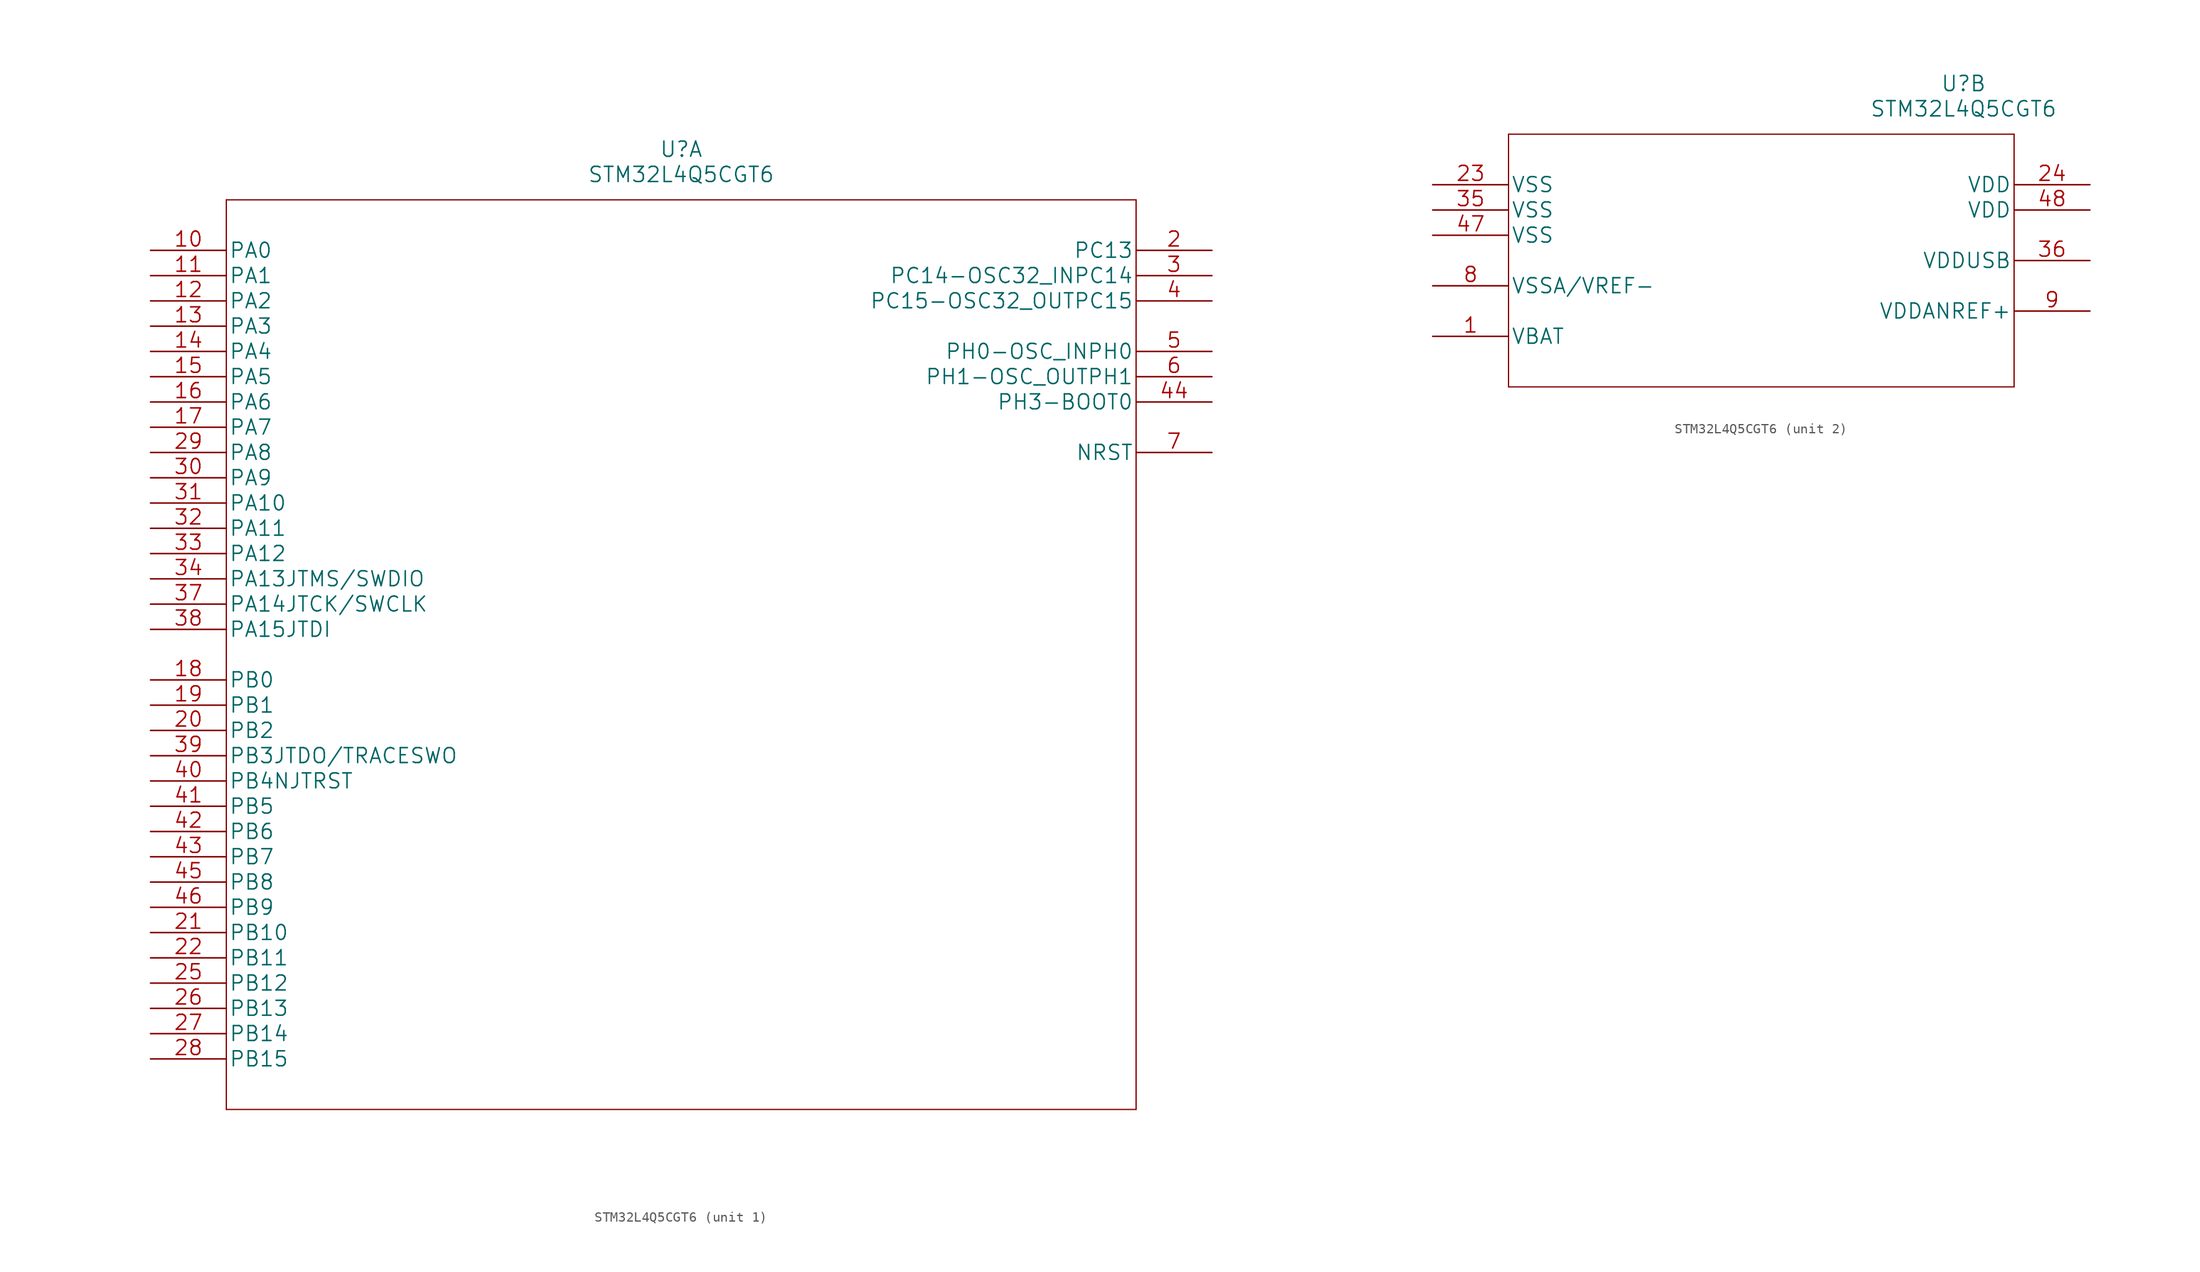
<source format=kicad_sym>
(kicad_symbol_lib
  (version 20211014)
  (generator kicad_symbol_editor)
  (symbol "STM32L4Q5CGT6"
    (pin_names
      (offset 0.254))
    (property "Reference" "U"
      (at 53.34 10.16 0)
      (effects (font (size 1.524 1.524))))
    (property "Value" "STM32L4Q5CGT6"
      (at 53.34 7.62 0)
      (effects (font (size 1.524 1.524))))
    (property "Datasheet" ""
      (at 0 0 0)
      (effects (font (size 1.524 1.524))))
    (symbol "STM32L4Q5CGT6_1_1"
      (polyline (pts (xy 7.62 -86.36) (xy 99.06 -86.36)) (stroke (width 0.127) (type default) (color 0 0 0 0)) (fill (type none)))
      (polyline (pts (xy 7.62 5.08) (xy 7.62 -86.36)) (stroke (width 0.127) (type default) (color 0 0 0 0)) (fill (type none)))
      (polyline (pts (xy 99.06 -86.36) (xy 99.06 5.08)) (stroke (width 0.127) (type default) (color 0 0 0 0)) (fill (type none)))
      (polyline (pts (xy 99.06 5.08) (xy 7.62 5.08)) (stroke (width 0.127) (type default) (color 0 0 0 0)) (fill (type none)))
      (pin bidirectional line (at 0 0 0) (length 7.62) (name "PA0" (effects (font (size 1.499 1.499)))) (number "10" (effects (font (size 1.499 1.499)))))
      (pin bidirectional line (at 0 -2.54 0) (length 7.62) (name "PA1" (effects (font (size 1.499 1.499)))) (number "11" (effects (font (size 1.499 1.499)))))
      (pin bidirectional line (at 0 -5.08 0) (length 7.62) (name "PA2" (effects (font (size 1.499 1.499)))) (number "12" (effects (font (size 1.499 1.499)))))
      (pin bidirectional line (at 0 -7.62 0) (length 7.62) (name "PA3" (effects (font (size 1.499 1.499)))) (number "13" (effects (font (size 1.499 1.499)))))
      (pin bidirectional line (at 0 -10.16 0) (length 7.62) (name "PA4" (effects (font (size 1.499 1.499)))) (number "14" (effects (font (size 1.499 1.499)))))
      (pin bidirectional line (at 0 -12.7 0) (length 7.62) (name "PA5" (effects (font (size 1.499 1.499)))) (number "15" (effects (font (size 1.499 1.499)))))
      (pin bidirectional line (at 0 -15.24 0) (length 7.62) (name "PA6" (effects (font (size 1.499 1.499)))) (number "16" (effects (font (size 1.499 1.499)))))
      (pin bidirectional line (at 0 -17.78 0) (length 7.62) (name "PA7" (effects (font (size 1.499 1.499)))) (number "17" (effects (font (size 1.499 1.499)))))
      (pin bidirectional line (at 0 -43.18 0) (length 7.62) (name "PB0" (effects (font (size 1.499 1.499)))) (number "18" (effects (font (size 1.499 1.499)))))
      (pin bidirectional line (at 0 -45.72 0) (length 7.62) (name "PB1" (effects (font (size 1.499 1.499)))) (number "19" (effects (font (size 1.499 1.499)))))
      (pin bidirectional line (at 106.68 0 180) (length 7.62) (name "PC13" (effects (font (size 1.499 1.499)))) (number "2" (effects (font (size 1.499 1.499)))))
      (pin bidirectional line (at 0 -48.26 0) (length 7.62) (name "PB2" (effects (font (size 1.499 1.499)))) (number "20" (effects (font (size 1.499 1.499)))))
      (pin bidirectional line (at 0 -68.58 0) (length 7.62) (name "PB10" (effects (font (size 1.499 1.499)))) (number "21" (effects (font (size 1.499 1.499)))))
      (pin bidirectional line (at 0 -71.12 0) (length 7.62) (name "PB11" (effects (font (size 1.499 1.499)))) (number "22" (effects (font (size 1.499 1.499)))))
      (pin bidirectional line (at 0 -73.66 0) (length 7.62) (name "PB12" (effects (font (size 1.499 1.499)))) (number "25" (effects (font (size 1.499 1.499)))))
      (pin bidirectional line (at 0 -76.2 0) (length 7.62) (name "PB13" (effects (font (size 1.499 1.499)))) (number "26" (effects (font (size 1.499 1.499)))))
      (pin bidirectional line (at 0 -78.74 0) (length 7.62) (name "PB14" (effects (font (size 1.499 1.499)))) (number "27" (effects (font (size 1.499 1.499)))))
      (pin bidirectional line (at 0 -81.28 0) (length 7.62) (name "PB15" (effects (font (size 1.499 1.499)))) (number "28" (effects (font (size 1.499 1.499)))))
      (pin bidirectional line (at 0 -20.32 0) (length 7.62) (name "PA8" (effects (font (size 1.499 1.499)))) (number "29" (effects (font (size 1.499 1.499)))))
      (pin bidirectional line (at 106.68 -2.54 180) (length 7.62) (name "PC14-OSC32_INPC14" (effects (font (size 1.499 1.499)))) (number "3" (effects (font (size 1.499 1.499)))))
      (pin bidirectional line (at 0 -22.86 0) (length 7.62) (name "PA9" (effects (font (size 1.499 1.499)))) (number "30" (effects (font (size 1.499 1.499)))))
      (pin bidirectional line (at 0 -25.4 0) (length 7.62) (name "PA10" (effects (font (size 1.499 1.499)))) (number "31" (effects (font (size 1.499 1.499)))))
      (pin bidirectional line (at 0 -27.94 0) (length 7.62) (name "PA11" (effects (font (size 1.499 1.499)))) (number "32" (effects (font (size 1.499 1.499)))))
      (pin bidirectional line (at 0 -30.48 0) (length 7.62) (name "PA12" (effects (font (size 1.499 1.499)))) (number "33" (effects (font (size 1.499 1.499)))))
      (pin bidirectional line (at 0 -33.02 0) (length 7.62) (name "PA13JTMS/SWDIO" (effects (font (size 1.499 1.499)))) (number "34" (effects (font (size 1.499 1.499)))))
      (pin bidirectional line (at 0 -35.56 0) (length 7.62) (name "PA14JTCK/SWCLK" (effects (font (size 1.499 1.499)))) (number "37" (effects (font (size 1.499 1.499)))))
      (pin bidirectional line (at 0 -38.1 0) (length 7.62) (name "PA15JTDI" (effects (font (size 1.499 1.499)))) (number "38" (effects (font (size 1.499 1.499)))))
      (pin bidirectional line (at 0 -50.8 0) (length 7.62) (name "PB3JTDO/TRACESWO" (effects (font (size 1.499 1.499)))) (number "39" (effects (font (size 1.499 1.499)))))
      (pin bidirectional line (at 106.68 -5.08 180) (length 7.62) (name "PC15-OSC32_OUTPC15" (effects (font (size 1.499 1.499)))) (number "4" (effects (font (size 1.499 1.499)))))
      (pin bidirectional line (at 0 -53.34 0) (length 7.62) (name "PB4NJTRST" (effects (font (size 1.499 1.499)))) (number "40" (effects (font (size 1.499 1.499)))))
      (pin bidirectional line (at 0 -55.88 0) (length 7.62) (name "PB5" (effects (font (size 1.499 1.499)))) (number "41" (effects (font (size 1.499 1.499)))))
      (pin bidirectional line (at 0 -58.42 0) (length 7.62) (name "PB6" (effects (font (size 1.499 1.499)))) (number "42" (effects (font (size 1.499 1.499)))))
      (pin bidirectional line (at 0 -60.96 0) (length 7.62) (name "PB7" (effects (font (size 1.499 1.499)))) (number "43" (effects (font (size 1.499 1.499)))))
      (pin bidirectional line (at 106.68 -15.24 180) (length 7.62) (name "PH3-BOOT0" (effects (font (size 1.499 1.499)))) (number "44" (effects (font (size 1.499 1.499)))))
      (pin bidirectional line (at 0 -63.5 0) (length 7.62) (name "PB8" (effects (font (size 1.499 1.499)))) (number "45" (effects (font (size 1.499 1.499)))))
      (pin bidirectional line (at 0 -66.04 0) (length 7.62) (name "PB9" (effects (font (size 1.499 1.499)))) (number "46" (effects (font (size 1.499 1.499)))))
      (pin bidirectional line (at 106.68 -10.16 180) (length 7.62) (name "PH0-OSC_INPH0" (effects (font (size 1.499 1.499)))) (number "5" (effects (font (size 1.499 1.499)))))
      (pin bidirectional line (at 106.68 -12.7 180) (length 7.62) (name "PH1-OSC_OUTPH1" (effects (font (size 1.499 1.499)))) (number "6" (effects (font (size 1.499 1.499)))))
      (pin power_in line (at 106.68 -20.32 180) (length 7.62) (name "NRST" (effects (font (size 1.499 1.499)))) (number "7" (effects (font (size 1.499 1.499))))))
    (symbol "STM32L4Q5CGT6_2_1"
      (polyline (pts (xy 7.62 -20.32) (xy 58.42 -20.32)) (stroke (width 0.127) (type default) (color 0 0 0 0)) (fill (type none)))
      (polyline (pts (xy 7.62 5.08) (xy 7.62 -20.32)) (stroke (width 0.127) (type default) (color 0 0 0 0)) (fill (type none)))
      (polyline (pts (xy 58.42 -20.32) (xy 58.42 5.08)) (stroke (width 0.127) (type default) (color 0 0 0 0)) (fill (type none)))
      (polyline (pts (xy 58.42 5.08) (xy 7.62 5.08)) (stroke (width 0.127) (type default) (color 0 0 0 0)) (fill (type none)))
      (pin power_in line (at 0 -15.24 0) (length 7.62) (name "VBAT" (effects (font (size 1.499 1.499)))) (number "1" (effects (font (size 1.499 1.499)))))
      (pin power_in line (at 0 0 0) (length 7.62) (name "VSS" (effects (font (size 1.499 1.499)))) (number "23" (effects (font (size 1.499 1.499)))))
      (pin power_in line (at 66.04 0 180) (length 7.62) (name "VDD" (effects (font (size 1.499 1.499)))) (number "24" (effects (font (size 1.499 1.499)))))
      (pin power_in line (at 0 -2.54 0) (length 7.62) (name "VSS" (effects (font (size 1.499 1.499)))) (number "35" (effects (font (size 1.499 1.499)))))
      (pin power_in line (at 66.04 -7.62 180) (length 7.62) (name "VDDUSB" (effects (font (size 1.499 1.499)))) (number "36" (effects (font (size 1.499 1.499)))))
      (pin power_in line (at 0 -5.08 0) (length 7.62) (name "VSS" (effects (font (size 1.499 1.499)))) (number "47" (effects (font (size 1.499 1.499)))))
      (pin power_in line (at 66.04 -2.54 180) (length 7.62) (name "VDD" (effects (font (size 1.499 1.499)))) (number "48" (effects (font (size 1.499 1.499)))))
      (pin power_in line (at 0 -10.16 0) (length 7.62) (name "VSSA/VREF-" (effects (font (size 1.499 1.499)))) (number "8" (effects (font (size 1.499 1.499)))))
      (pin power_in line (at 66.04 -12.7 180) (length 7.62) (name "VDDANREF+" (effects (font (size 1.499 1.499)))) (number "9" (effects (font (size 1.499 1.499))))))))
</source>
